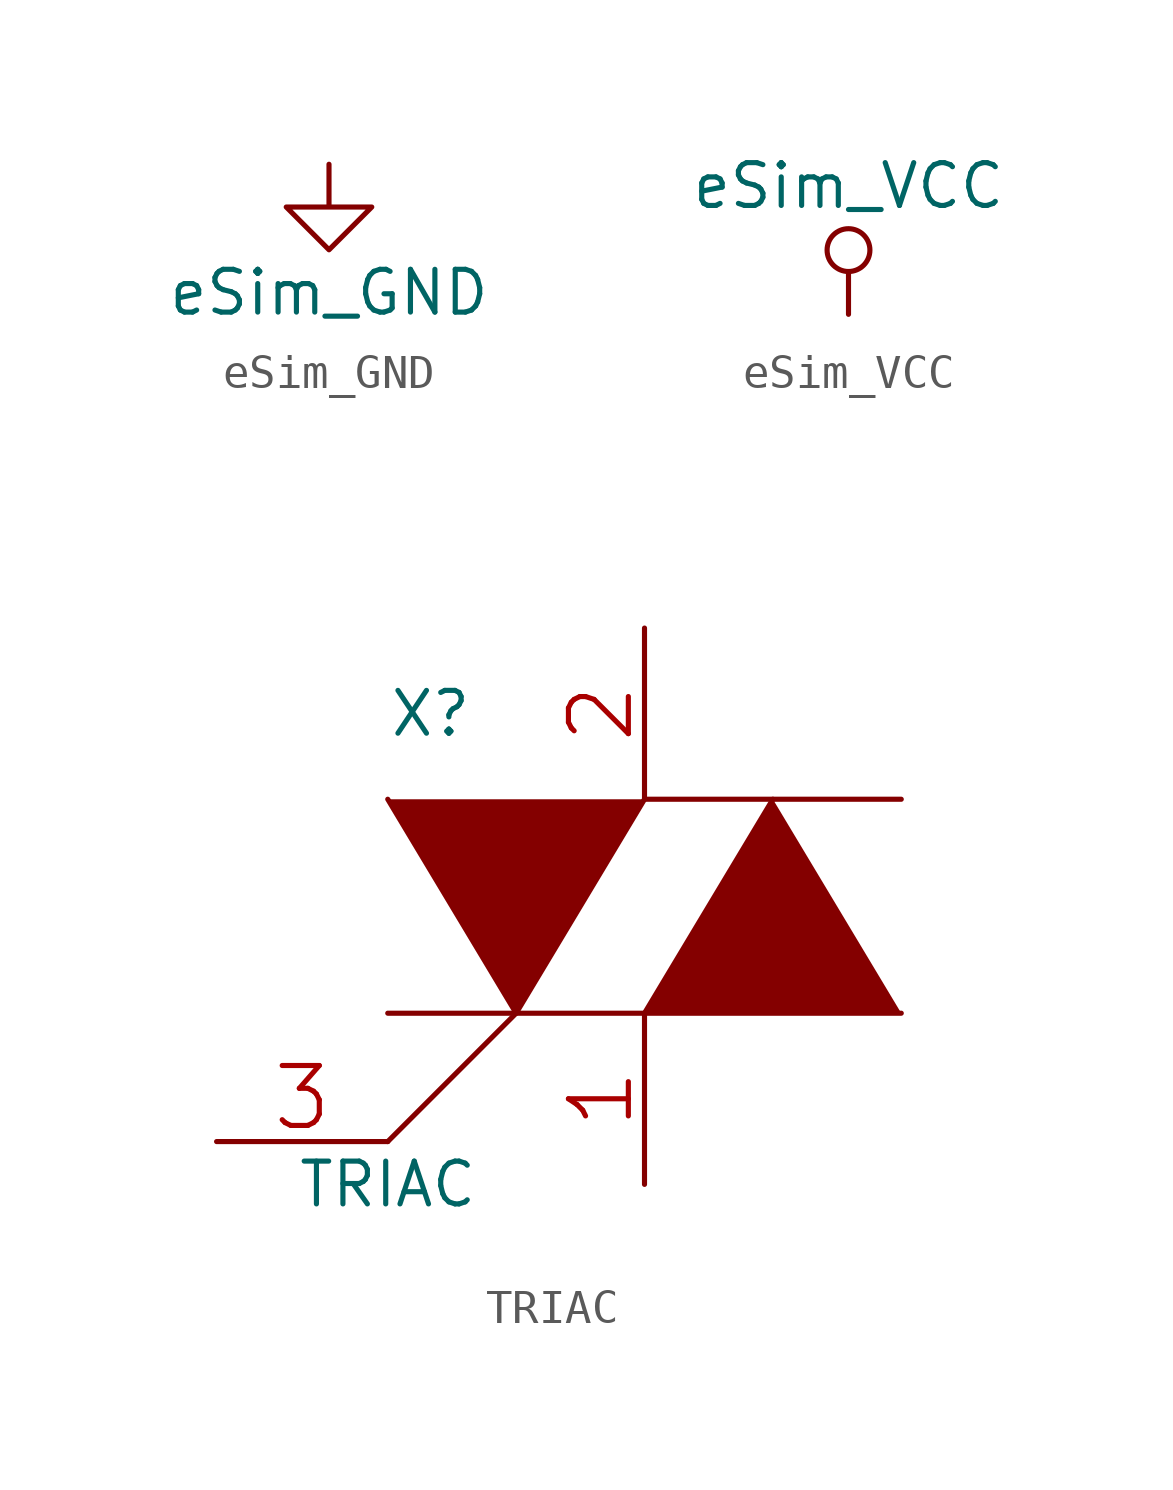
<source format=kicad_sym>
(kicad_symbol_lib
  (version 20211014)
  (generator kicad_symbol_editor)
  (symbol "eSim_GND"
    (power)
    (pin_names
      (offset 0))
    (property "Reference" "#PWR"
      (at 0 -6.35 0)
      (effects (font (size 1.27 1.27)) hide))
    (property "Value" "eSim_GND"
      (at 0 -3.81 0)
      (effects (font (size 1.27 1.27))))
    (symbol "eSim_GND_0_1"
      (polyline (pts (xy 0 0) (xy 0 -1.27) (xy 1.27 -1.27) (xy 0 -2.54) (xy -1.27 -1.27) (xy 0 -1.27)) (stroke (width 0) (type default) (color 0 0 0 0)) (fill (type none))))
    (symbol "eSim_GND_1_1"
      (pin power_in line (at 0 0 270) (length 0) hide (name "GND" (effects (font (size 1.27 1.27)))) (number "1" (effects (font (size 1.27 1.27)))))))
  (symbol "eSim_VCC"
    (power)
    (pin_names
      (offset 0))
    (property "Reference" "#PWR"
      (at 0 -3.81 0)
      (effects (font (size 1.27 1.27)) hide))
    (property "Value" "eSim_VCC"
      (at 0 3.81 0)
      (effects (font (size 1.27 1.27))))
    (symbol "eSim_VCC_0_1"
      (polyline (pts (xy 0 0) (xy 0 1.27)) (stroke (width 0) (type default) (color 0 0 0 0)) (fill (type none)))
      (circle (center 0 1.905) (radius 0.635) (stroke (width 0) (type default) (color 0 0 0 0)) (fill (type none))))
    (symbol "eSim_VCC_1_1"
      (pin power_in line (at 0 0 90) (length 0) hide (name "VCC" (effects (font (size 1.27 1.27)))) (number "1" (effects (font (size 1.27 1.27)))))))
  (symbol "TRIAC"
    (pin_names
      (offset 0.254))
    (property "Reference" "X"
      (at -6.35 6.35 0)
      (effects (font (size 1.27 1.27))))
    (property "Value" "TRIAC"
      (at -7.62 -7.62 0)
      (effects (font (size 1.27 1.27))))
    (property "Footprint" ""
      (at 0 -1.27 0)
      (effects (font (size 1.524 1.524))))
    (property "Datasheet" ""
      (at 0 -1.27 0)
      (effects (font (size 1.524 1.524))))
    (symbol "TRIAC_0_1"
      (polyline (pts (xy -7.62 -2.54) (xy 0 -2.54)) (stroke (width 0) (type default) (color 0 0 0 0)) (fill (type none)))
      (polyline (pts (xy -3.81 -2.54) (xy -7.62 -6.35)) (stroke (width 0) (type default) (color 0 0 0 0)) (fill (type none)))
      (polyline (pts (xy 0 3.81) (xy 7.62 3.81)) (stroke (width 0) (type default) (color 0 0 0 0)) (fill (type none)))
      (polyline (pts (xy -7.62 3.81) (xy -3.81 -2.54) (xy 0 3.81)) (stroke (width 0) (type default) (color 0 0 0 0)) (fill (type outline)))
      (polyline (pts (xy 3.81 3.81) (xy 0 -2.54) (xy 7.62 -2.54)) (stroke (width 0) (type default) (color 0 0 0 0)) (fill (type outline))))
    (symbol "TRIAC_1_1"
      (pin passive line (at 0 -7.62 90) (length 5.08) (name "~" (effects (font (size 1.778 1.778)))) (number "1" (effects (font (size 1.778 1.778)))))
      (pin passive line (at 0 8.89 270) (length 5.08) (name "~" (effects (font (size 1.778 1.778)))) (number "2" (effects (font (size 1.778 1.778)))))
      (pin input line (at -12.7 -6.35 0) (length 5.08) (name "~" (effects (font (size 1.778 1.778)))) (number "3" (effects (font (size 1.778 1.778))))))))
</source>
